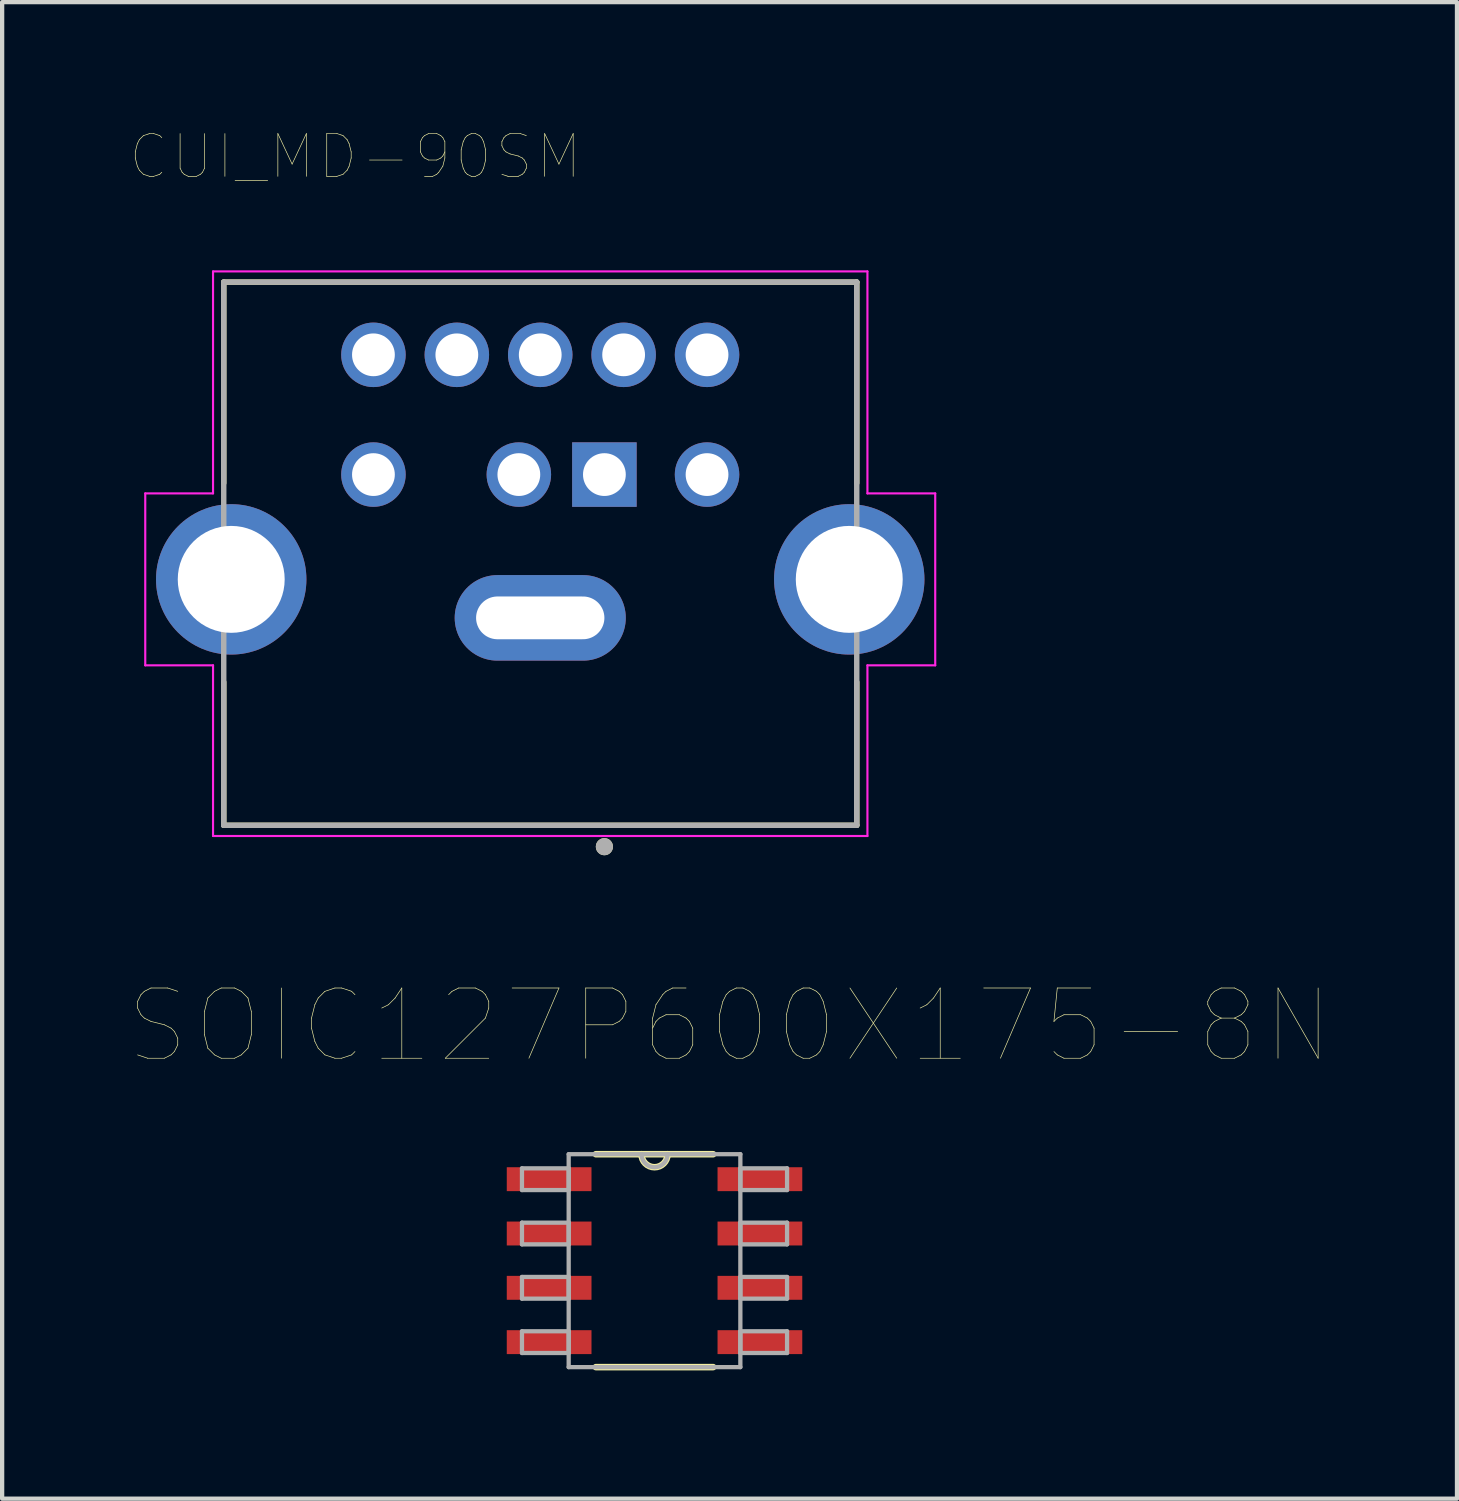
<source format=kicad_pcb>
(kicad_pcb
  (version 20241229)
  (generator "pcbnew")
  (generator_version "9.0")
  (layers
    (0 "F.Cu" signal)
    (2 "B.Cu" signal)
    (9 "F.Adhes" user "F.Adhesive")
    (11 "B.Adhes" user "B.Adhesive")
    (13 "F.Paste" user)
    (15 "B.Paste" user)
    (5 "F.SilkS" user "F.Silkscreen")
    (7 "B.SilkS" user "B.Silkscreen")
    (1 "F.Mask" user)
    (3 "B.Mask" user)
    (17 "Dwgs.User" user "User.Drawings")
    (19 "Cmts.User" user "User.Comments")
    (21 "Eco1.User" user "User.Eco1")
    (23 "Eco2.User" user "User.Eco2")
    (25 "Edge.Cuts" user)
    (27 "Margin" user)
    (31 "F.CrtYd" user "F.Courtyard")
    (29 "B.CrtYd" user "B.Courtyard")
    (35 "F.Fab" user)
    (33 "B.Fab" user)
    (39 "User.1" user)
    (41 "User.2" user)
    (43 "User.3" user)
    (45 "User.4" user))
  (footprint "SOIC127P600X175-8N"
    (layer "F.Cu")
    (at 12.253 26.425)
    (property "Reference" "SOIC127P600X175-8N" (at 1.754 -5.492 0) (layer "F.SilkS") (effects (font (size 1.642 1.642) (thickness 0.015))))
    (attr through_hole)
    (fp_line (start -1.372 2.489) (end 1.372 2.489) (stroke (width 0.152) (type solid)) (layer "F.SilkS"))
    (fp_line (start -0.305 -2.489) (end -1.372 -2.489) (stroke (width 0.152) (type solid)) (layer "F.SilkS"))
    (fp_line (start 0.305 -2.489) (end -0.305 -2.489) (stroke (width 0.152) (type solid)) (layer "F.SilkS"))
    (fp_line (start 1.372 -2.489) (end 0.305 -2.489) (stroke (width 0.152) (type solid)) (layer "F.SilkS"))
    (fp_arc (start 0.3048 -2.4892) (mid 0 -2.1844) (end -0.3048 -2.4892) (stroke (width 0.1524) (type solid)) (layer "F.SilkS"))
    (fp_line (start -3.099 -2.159) (end -3.099 -1.651) (stroke (width 0.1) (type solid)) (layer "F.Fab"))
    (fp_line (start -3.099 -1.651) (end -2.007 -1.651) (stroke (width 0.1) (type solid)) (layer "F.Fab"))
    (fp_line (start -3.099 -0.889) (end -3.099 -0.381) (stroke (width 0.1) (type solid)) (layer "F.Fab"))
    (fp_line (start -3.099 -0.381) (end -2.007 -0.381) (stroke (width 0.1) (type solid)) (layer "F.Fab"))
    (fp_line (start -3.099 0.381) (end -3.099 0.889) (stroke (width 0.1) (type solid)) (layer "F.Fab"))
    (fp_line (start -3.099 0.889) (end -2.007 0.889) (stroke (width 0.1) (type solid)) (layer "F.Fab"))
    (fp_line (start -3.099 1.651) (end -3.099 2.159) (stroke (width 0.1) (type solid)) (layer "F.Fab"))
    (fp_line (start -3.099 2.159) (end -2.007 2.159) (stroke (width 0.1) (type solid)) (layer "F.Fab"))
    (fp_line (start -2.007 -2.489) (end -2.007 2.489) (stroke (width 0.1) (type solid)) (layer "F.Fab"))
    (fp_line (start -2.007 -2.159) (end -3.099 -2.159) (stroke (width 0.1) (type solid)) (layer "F.Fab"))
    (fp_line (start -2.007 -1.651) (end -2.007 -2.159) (stroke (width 0.1) (type solid)) (layer "F.Fab"))
    (fp_line (start -2.007 -0.889) (end -3.099 -0.889) (stroke (width 0.1) (type solid)) (layer "F.Fab"))
    (fp_line (start -2.007 -0.381) (end -2.007 -0.889) (stroke (width 0.1) (type solid)) (layer "F.Fab"))
    (fp_line (start -2.007 0.381) (end -3.099 0.381) (stroke (width 0.1) (type solid)) (layer "F.Fab"))
    (fp_line (start -2.007 0.889) (end -2.007 0.381) (stroke (width 0.1) (type solid)) (layer "F.Fab"))
    (fp_line (start -2.007 1.651) (end -3.099 1.651) (stroke (width 0.1) (type solid)) (layer "F.Fab"))
    (fp_line (start -2.007 2.159) (end -2.007 1.651) (stroke (width 0.1) (type solid)) (layer "F.Fab"))
    (fp_line (start -2.007 2.489) (end 2.007 2.489) (stroke (width 0.1) (type solid)) (layer "F.Fab"))
    (fp_line (start -0.305 -2.489) (end -2.007 -2.489) (stroke (width 0.1) (type solid)) (layer "F.Fab"))
    (fp_line (start 0.305 -2.489) (end -0.305 -2.489) (stroke (width 0.1) (type solid)) (layer "F.Fab"))
    (fp_line (start 2.007 -2.489) (end 0.305 -2.489) (stroke (width 0.1) (type solid)) (layer "F.Fab"))
    (fp_line (start 2.007 -2.159) (end 2.007 -1.651) (stroke (width 0.1) (type solid)) (layer "F.Fab"))
    (fp_line (start 2.007 -1.651) (end 3.099 -1.651) (stroke (width 0.1) (type solid)) (layer "F.Fab"))
    (fp_line (start 2.007 -0.889) (end 2.007 -0.381) (stroke (width 0.1) (type solid)) (layer "F.Fab"))
    (fp_line (start 2.007 -0.381) (end 3.099 -0.381) (stroke (width 0.1) (type solid)) (layer "F.Fab"))
    (fp_line (start 2.007 0.381) (end 2.007 0.889) (stroke (width 0.1) (type solid)) (layer "F.Fab"))
    (fp_line (start 2.007 0.889) (end 3.099 0.889) (stroke (width 0.1) (type solid)) (layer "F.Fab"))
    (fp_line (start 2.007 1.651) (end 2.007 2.159) (stroke (width 0.1) (type solid)) (layer "F.Fab"))
    (fp_line (start 2.007 2.159) (end 3.099 2.159) (stroke (width 0.1) (type solid)) (layer "F.Fab"))
    (fp_line (start 2.007 2.489) (end 2.007 -2.489) (stroke (width 0.1) (type solid)) (layer "F.Fab"))
    (fp_line (start 3.099 -2.159) (end 2.007 -2.159) (stroke (width 0.1) (type solid)) (layer "F.Fab"))
    (fp_line (start 3.099 -1.651) (end 3.099 -2.159) (stroke (width 0.1) (type solid)) (layer "F.Fab"))
    (fp_line (start 3.099 -0.889) (end 2.007 -0.889) (stroke (width 0.1) (type solid)) (layer "F.Fab"))
    (fp_line (start 3.099 -0.381) (end 3.099 -0.889) (stroke (width 0.1) (type solid)) (layer "F.Fab"))
    (fp_line (start 3.099 0.381) (end 2.007 0.381) (stroke (width 0.1) (type solid)) (layer "F.Fab"))
    (fp_line (start 3.099 0.889) (end 3.099 0.381) (stroke (width 0.1) (type solid)) (layer "F.Fab"))
    (fp_line (start 3.099 1.651) (end 2.007 1.651) (stroke (width 0.1) (type solid)) (layer "F.Fab"))
    (fp_line (start 3.099 2.159) (end 3.099 1.651) (stroke (width 0.1) (type solid)) (layer "F.Fab"))
    (fp_arc (start 0.3048 -2.4892) (mid 0 -2.1844) (end -0.3048 -2.4892) (stroke (width 0.1) (type solid)) (layer "F.Fab"))
    (pad "1" smd rect (at -2.464 -1.905) (size 1.981 0.559) (layers "F.Cu" "F.Mask" "F.Paste"))
    (pad "2" smd rect (at -2.464 -0.635) (size 1.981 0.559) (layers "F.Cu" "F.Mask" "F.Paste"))
    (pad "3" smd rect (at -2.464 0.635) (size 1.981 0.559) (layers "F.Cu" "F.Mask" "F.Paste"))
    (pad "4" smd rect (at -2.464 1.905) (size 1.981 0.559) (layers "F.Cu" "F.Mask" "F.Paste"))
    (pad "5" smd rect (at 2.464 1.905) (size 1.981 0.559) (layers "F.Cu" "F.Mask" "F.Paste"))
    (pad "6" smd rect (at 2.464 0.635) (size 1.981 0.559) (layers "F.Cu" "F.Mask" "F.Paste"))
    (pad "7" smd rect (at 2.464 -0.635) (size 1.981 0.559) (layers "F.Cu" "F.Mask" "F.Paste"))
    (pad "8" smd rect (at 2.464 -1.905) (size 1.981 0.559) (layers "F.Cu" "F.Mask" "F.Paste")))
  (footprint "CUI_MD-90SM"
    (layer "F.Cu")
    (at 9.581 9.896)
    (property "Reference" "CUI_MD-90SM" (at -4.325 -9.285 0) (layer "F.SilkS") (effects (font (size 1 1) (thickness 0.015))))
    (attr through_hole)
    (fp_line (start -7.4 -6.35) (end -7.4 -1.65) (stroke (width 0.127) (type solid)) (layer "F.SilkS"))
    (fp_line (start -7.4 -6.35) (end 7.4 -6.35) (stroke (width 0.127) (type solid)) (layer "F.SilkS"))
    (fp_line (start -7.4 6.35) (end -7.4 3) (stroke (width 0.127) (type solid)) (layer "F.SilkS"))
    (fp_line (start 7.4 -6.35) (end 7.4 -1.65) (stroke (width 0.127) (type solid)) (layer "F.SilkS"))
    (fp_line (start 7.4 6.35) (end -7.4 6.35) (stroke (width 0.127) (type solid)) (layer "F.SilkS"))
    (fp_line (start 7.4 6.35) (end 7.4 3) (stroke (width 0.127) (type solid)) (layer "F.SilkS"))
    (fp_circle (center 1.5 6.85) (end 1.6 6.85) (stroke (width 0.2) (type solid)) (fill no) (layer "F.SilkS"))
    (fp_line (start -9.235 -1.41) (end -7.65 -1.41) (stroke (width 0.05) (type solid)) (layer "F.CrtYd"))
    (fp_line (start -9.235 2.61) (end -9.235 -1.41) (stroke (width 0.05) (type solid)) (layer "F.CrtYd"))
    (fp_line (start -7.65 -6.6) (end 7.65 -6.6) (stroke (width 0.05) (type solid)) (layer "F.CrtYd"))
    (fp_line (start -7.65 -1.41) (end -7.65 -6.6) (stroke (width 0.05) (type solid)) (layer "F.CrtYd"))
    (fp_line (start -7.65 2.61) (end -9.235 2.61) (stroke (width 0.05) (type solid)) (layer "F.CrtYd"))
    (fp_line (start -7.65 6.6) (end -7.65 2.61) (stroke (width 0.05) (type solid)) (layer "F.CrtYd"))
    (fp_line (start 7.65 -6.6) (end 7.65 -1.41) (stroke (width 0.05) (type solid)) (layer "F.CrtYd"))
    (fp_line (start 7.65 -1.41) (end 9.235 -1.41) (stroke (width 0.05) (type solid)) (layer "F.CrtYd"))
    (fp_line (start 7.65 6.6) (end -7.65 6.6) (stroke (width 0.05) (type solid)) (layer "F.CrtYd"))
    (fp_line (start 7.65 6.6) (end 7.65 2.61) (stroke (width 0.05) (type solid)) (layer "F.CrtYd"))
    (fp_line (start 9.235 -1.41) (end 9.235 2.61) (stroke (width 0.05) (type solid)) (layer "F.CrtYd"))
    (fp_line (start 9.235 2.61) (end 7.65 2.61) (stroke (width 0.05) (type solid)) (layer "F.CrtYd"))
    (fp_line (start -7.4 -6.35) (end 7.4 -6.35) (stroke (width 0.127) (type solid)) (layer "F.Fab"))
    (fp_line (start -7.4 6.35) (end -7.4 -6.35) (stroke (width 0.127) (type solid)) (layer "F.Fab"))
    (fp_line (start 7.4 -6.35) (end 7.4 6.35) (stroke (width 0.127) (type solid)) (layer "F.Fab"))
    (fp_line (start 7.4 6.35) (end -7.4 6.35) (stroke (width 0.127) (type solid)) (layer "F.Fab"))
    (fp_circle (center 1.5 6.85) (end 1.6 6.85) (stroke (width 0.2) (type solid)) (fill no) (layer "F.Fab"))
    (pad "1" thru_hole rect (at 1.5 -1.85) (size 1.508 1.508) (drill 1) (layers "*.Cu" "*.Mask"))
    (pad "2" thru_hole circle (at -0.5 -1.85) (size 1.508 1.508) (drill 1) (layers "*.Cu" "*.Mask"))
    (pad "3" thru_hole circle (at 3.9 -1.85) (size 1.508 1.508) (drill 1) (layers "*.Cu" "*.Mask"))
    (pad "4" thru_hole circle (at 1.95 -4.65) (size 1.508 1.508) (drill 1) (layers "*.Cu" "*.Mask"))
    (pad "5" thru_hole circle (at 0 -4.65) (size 1.508 1.508) (drill 1) (layers "*.Cu" "*.Mask"))
    (pad "6" thru_hole circle (at -3.9 -1.85) (size 1.508 1.508) (drill 1) (layers "*.Cu" "*.Mask"))
    (pad "7" thru_hole circle (at 3.9 -4.65) (size 1.508 1.508) (drill 1) (layers "*.Cu" "*.Mask"))
    (pad "8" thru_hole circle (at -1.95 -4.65) (size 1.508 1.508) (drill 1) (layers "*.Cu" "*.Mask"))
    (pad "9" thru_hole circle (at -3.9 -4.65) (size 1.508 1.508) (drill 1) (layers "*.Cu" "*.Mask"))
    (pad "S1" thru_hole circle (at 7.225 0.6) (size 3.516 3.516) (drill 2.5) (layers "*.Cu" "*.Mask"))
    (pad "S2" thru_hole circle (at -7.225 0.6) (size 3.516 3.516) (drill 2.5) (layers "*.Cu" "*.Mask"))
    (pad "S3" thru_hole oval (at 0 1.5) (size 4 2) (drill oval 3 1) (layers "*.Cu" "*.Mask")))
  (gr_rect
    (start -3 -3)
    (end 31.015 31.99)
    (stroke (width 0.1) (type default))
    (fill no)
    (layer "Edge.Cuts")))
</source>
